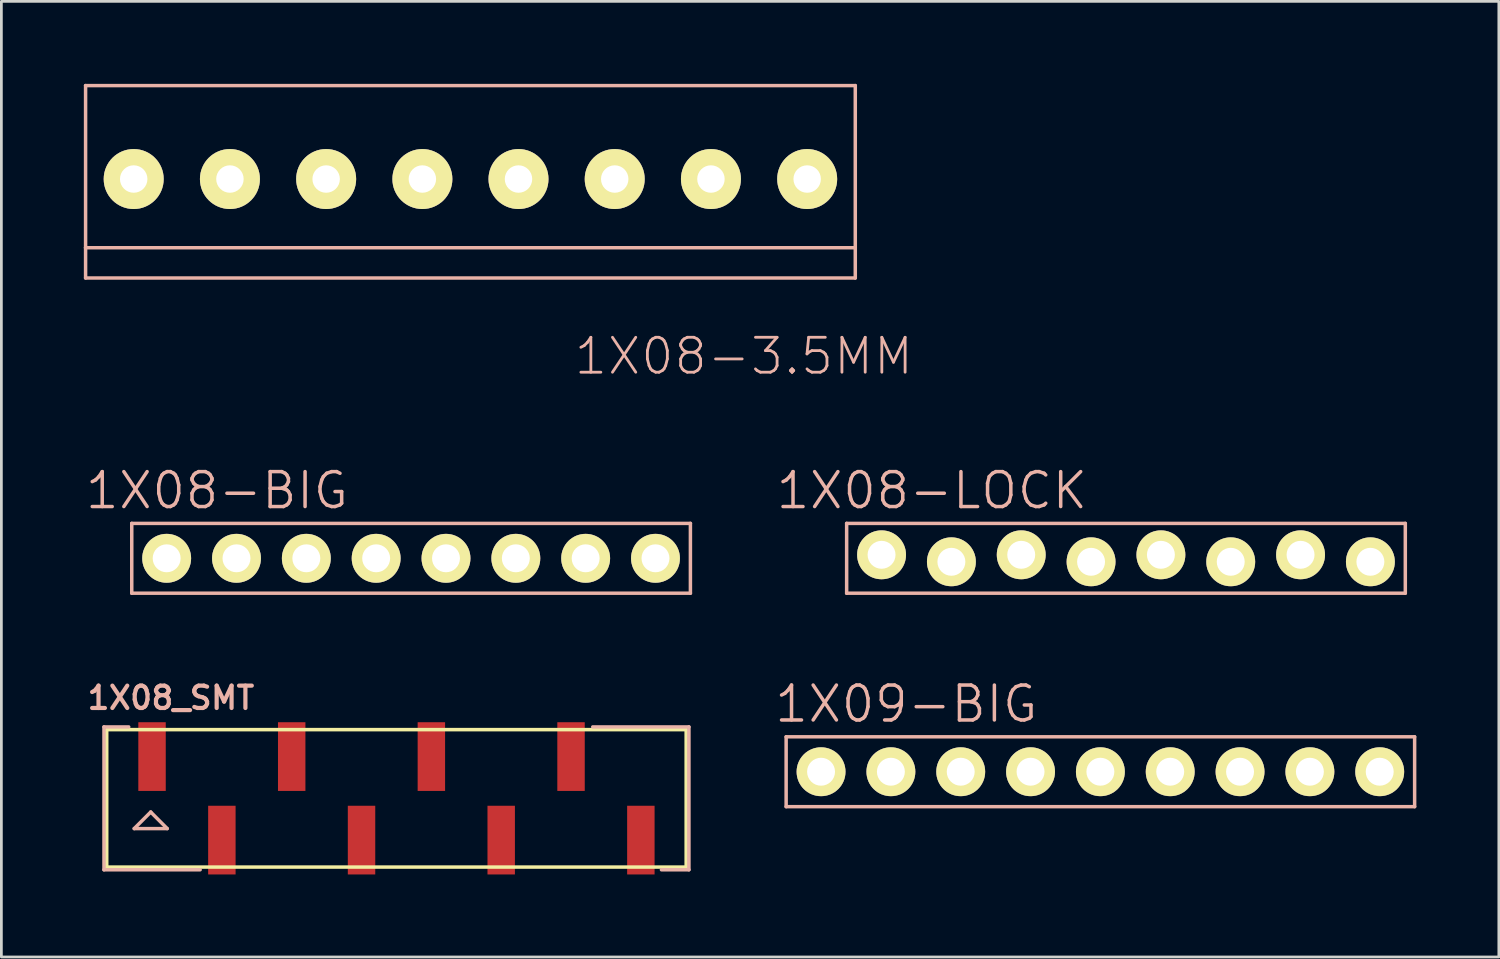
<source format=kicad_pcb>
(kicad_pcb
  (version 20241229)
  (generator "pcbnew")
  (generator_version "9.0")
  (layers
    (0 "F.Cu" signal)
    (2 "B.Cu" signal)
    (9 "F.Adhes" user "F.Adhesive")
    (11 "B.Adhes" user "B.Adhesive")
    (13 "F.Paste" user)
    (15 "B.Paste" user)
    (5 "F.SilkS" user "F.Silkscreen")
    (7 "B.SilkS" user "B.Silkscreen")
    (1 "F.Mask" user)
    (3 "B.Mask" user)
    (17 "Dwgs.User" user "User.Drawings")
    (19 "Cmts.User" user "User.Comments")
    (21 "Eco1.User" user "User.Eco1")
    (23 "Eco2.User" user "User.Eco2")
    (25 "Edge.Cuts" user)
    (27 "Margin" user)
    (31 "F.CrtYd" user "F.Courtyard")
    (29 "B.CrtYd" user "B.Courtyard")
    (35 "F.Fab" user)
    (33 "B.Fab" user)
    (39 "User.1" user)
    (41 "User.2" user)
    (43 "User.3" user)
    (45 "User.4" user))
  (footprint "1X08-BIG"
    (layer "F.Cu")
    (at 11.902 17.257)
    (property "Reference" "1X08-BIG" (at -7.061 -2.464 0) (layer "B.SilkS") (effects (font (size 1.27 1.27) (thickness 0.127))))
    (attr exclude_from_pos_files exclude_from_bom)
    (fp_line (start -9.144 -0.254) (end -8.636 -0.254) (stroke (width 0.066) (type solid)) (layer "F.SilkS"))
    (fp_line (start -9.144 0.254) (end -9.144 -0.254) (stroke (width 0.066) (type solid)) (layer "F.SilkS"))
    (fp_line (start -9.144 0.254) (end -8.636 0.254) (stroke (width 0.066) (type solid)) (layer "F.SilkS"))
    (fp_line (start -8.636 0.254) (end -8.636 -0.254) (stroke (width 0.066) (type solid)) (layer "F.SilkS"))
    (fp_line (start -6.604 -0.254) (end -6.096 -0.254) (stroke (width 0.066) (type solid)) (layer "F.SilkS"))
    (fp_line (start -6.604 0.254) (end -6.604 -0.254) (stroke (width 0.066) (type solid)) (layer "F.SilkS"))
    (fp_line (start -6.604 0.254) (end -6.096 0.254) (stroke (width 0.066) (type solid)) (layer "F.SilkS"))
    (fp_line (start -6.096 0.254) (end -6.096 -0.254) (stroke (width 0.066) (type solid)) (layer "F.SilkS"))
    (fp_line (start -4.064 -0.254) (end -3.556 -0.254) (stroke (width 0.066) (type solid)) (layer "F.SilkS"))
    (fp_line (start -4.064 0.254) (end -4.064 -0.254) (stroke (width 0.066) (type solid)) (layer "F.SilkS"))
    (fp_line (start -4.064 0.254) (end -3.556 0.254) (stroke (width 0.066) (type solid)) (layer "F.SilkS"))
    (fp_line (start -3.556 0.254) (end -3.556 -0.254) (stroke (width 0.066) (type solid)) (layer "F.SilkS"))
    (fp_line (start -1.524 -0.254) (end -1.016 -0.254) (stroke (width 0.066) (type solid)) (layer "F.SilkS"))
    (fp_line (start -1.524 0.254) (end -1.524 -0.254) (stroke (width 0.066) (type solid)) (layer "F.SilkS"))
    (fp_line (start -1.524 0.254) (end -1.016 0.254) (stroke (width 0.066) (type solid)) (layer "F.SilkS"))
    (fp_line (start -1.016 0.254) (end -1.016 -0.254) (stroke (width 0.066) (type solid)) (layer "F.SilkS"))
    (fp_line (start 1.016 -0.254) (end 1.524 -0.254) (stroke (width 0.066) (type solid)) (layer "F.SilkS"))
    (fp_line (start 1.016 0.254) (end 1.016 -0.254) (stroke (width 0.066) (type solid)) (layer "F.SilkS"))
    (fp_line (start 1.016 0.254) (end 1.524 0.254) (stroke (width 0.066) (type solid)) (layer "F.SilkS"))
    (fp_line (start 1.524 0.254) (end 1.524 -0.254) (stroke (width 0.066) (type solid)) (layer "F.SilkS"))
    (fp_line (start 3.556 -0.254) (end 4.064 -0.254) (stroke (width 0.066) (type solid)) (layer "F.SilkS"))
    (fp_line (start 3.556 0.254) (end 3.556 -0.254) (stroke (width 0.066) (type solid)) (layer "F.SilkS"))
    (fp_line (start 3.556 0.254) (end 4.064 0.254) (stroke (width 0.066) (type solid)) (layer "F.SilkS"))
    (fp_line (start 4.064 0.254) (end 4.064 -0.254) (stroke (width 0.066) (type solid)) (layer "F.SilkS"))
    (fp_line (start 6.096 -0.254) (end 6.604 -0.254) (stroke (width 0.066) (type solid)) (layer "F.SilkS"))
    (fp_line (start 6.096 0.254) (end 6.096 -0.254) (stroke (width 0.066) (type solid)) (layer "F.SilkS"))
    (fp_line (start 6.096 0.254) (end 6.604 0.254) (stroke (width 0.066) (type solid)) (layer "F.SilkS"))
    (fp_line (start 6.604 0.254) (end 6.604 -0.254) (stroke (width 0.066) (type solid)) (layer "F.SilkS"))
    (fp_line (start 8.636 -0.254) (end 9.144 -0.254) (stroke (width 0.066) (type solid)) (layer "F.SilkS"))
    (fp_line (start 8.636 0.254) (end 8.636 -0.254) (stroke (width 0.066) (type solid)) (layer "F.SilkS"))
    (fp_line (start 8.636 0.254) (end 9.144 0.254) (stroke (width 0.066) (type solid)) (layer "F.SilkS"))
    (fp_line (start 9.144 0.254) (end 9.144 -0.254) (stroke (width 0.066) (type solid)) (layer "F.SilkS"))
    (fp_line (start -10.16 -1.27) (end 10.16 -1.27) (stroke (width 0.127) (type solid)) (layer "B.SilkS"))
    (fp_line (start -10.16 1.27) (end -10.16 -1.27) (stroke (width 0.127) (type solid)) (layer "B.SilkS"))
    (fp_line (start 10.16 -1.27) (end 10.16 1.27) (stroke (width 0.127) (type solid)) (layer "B.SilkS"))
    (fp_line (start 10.16 1.27) (end -10.16 1.27) (stroke (width 0.127) (type solid)) (layer "B.SilkS"))
    (pad "1" thru_hole circle (at -8.89 0) (size 1.778 1.778) (drill 1.016) (layers "*.Cu" "F.Mask" "F.SilkS" "F.Paste"))
    (pad "2" thru_hole circle (at -6.35 0) (size 1.778 1.778) (drill 1.016) (layers "*.Cu" "F.Mask" "F.SilkS" "F.Paste"))
    (pad "3" thru_hole circle (at -3.81 0) (size 1.778 1.778) (drill 1.016) (layers "*.Cu" "F.Mask" "F.SilkS" "F.Paste"))
    (pad "4" thru_hole circle (at -1.27 0) (size 1.778 1.778) (drill 1.016) (layers "*.Cu" "F.Mask" "F.SilkS" "F.Paste"))
    (pad "5" thru_hole circle (at 1.27 0) (size 1.778 1.778) (drill 1.016) (layers "*.Cu" "F.Mask" "F.SilkS" "F.Paste"))
    (pad "6" thru_hole circle (at 3.81 0) (size 1.778 1.778) (drill 1.016) (layers "*.Cu" "F.Mask" "F.SilkS" "F.Paste"))
    (pad "7" thru_hole circle (at 6.35 0) (size 1.778 1.778) (drill 1.016) (layers "*.Cu" "F.Mask" "F.SilkS" "F.Paste"))
    (pad "8" thru_hole circle (at 8.89 0) (size 1.778 1.778) (drill 1.016) (layers "*.Cu" "F.Mask" "F.SilkS" "F.Paste")))
  (footprint "1X08-LOCK"
    (layer "F.Cu")
    (at 37.905 17.257)
    (property "Reference" "1X08-LOCK" (at -7.061 -2.464 0) (layer "B.SilkS") (effects (font (size 1.27 1.27) (thickness 0.127))))
    (attr exclude_from_pos_files exclude_from_bom)
    (fp_line (start -9.144 -0.254) (end -8.636 -0.254) (stroke (width 0.066) (type solid)) (layer "F.SilkS"))
    (fp_line (start -9.144 0.254) (end -9.144 -0.254) (stroke (width 0.066) (type solid)) (layer "F.SilkS"))
    (fp_line (start -9.144 0.254) (end -8.636 0.254) (stroke (width 0.066) (type solid)) (layer "F.SilkS"))
    (fp_line (start -8.636 0.254) (end -8.636 -0.254) (stroke (width 0.066) (type solid)) (layer "F.SilkS"))
    (fp_line (start -6.604 -0.254) (end -6.096 -0.254) (stroke (width 0.066) (type solid)) (layer "F.SilkS"))
    (fp_line (start -6.604 0.254) (end -6.604 -0.254) (stroke (width 0.066) (type solid)) (layer "F.SilkS"))
    (fp_line (start -6.604 0.254) (end -6.096 0.254) (stroke (width 0.066) (type solid)) (layer "F.SilkS"))
    (fp_line (start -6.096 0.254) (end -6.096 -0.254) (stroke (width 0.066) (type solid)) (layer "F.SilkS"))
    (fp_line (start -4.064 -0.254) (end -3.556 -0.254) (stroke (width 0.066) (type solid)) (layer "F.SilkS"))
    (fp_line (start -4.064 0.254) (end -4.064 -0.254) (stroke (width 0.066) (type solid)) (layer "F.SilkS"))
    (fp_line (start -4.064 0.254) (end -3.556 0.254) (stroke (width 0.066) (type solid)) (layer "F.SilkS"))
    (fp_line (start -3.556 0.254) (end -3.556 -0.254) (stroke (width 0.066) (type solid)) (layer "F.SilkS"))
    (fp_line (start -1.524 -0.254) (end -1.016 -0.254) (stroke (width 0.066) (type solid)) (layer "F.SilkS"))
    (fp_line (start -1.524 0.254) (end -1.524 -0.254) (stroke (width 0.066) (type solid)) (layer "F.SilkS"))
    (fp_line (start -1.524 0.254) (end -1.016 0.254) (stroke (width 0.066) (type solid)) (layer "F.SilkS"))
    (fp_line (start -1.016 0.254) (end -1.016 -0.254) (stroke (width 0.066) (type solid)) (layer "F.SilkS"))
    (fp_line (start 1.016 -0.254) (end 1.524 -0.254) (stroke (width 0.066) (type solid)) (layer "F.SilkS"))
    (fp_line (start 1.016 0.254) (end 1.016 -0.254) (stroke (width 0.066) (type solid)) (layer "F.SilkS"))
    (fp_line (start 1.016 0.254) (end 1.524 0.254) (stroke (width 0.066) (type solid)) (layer "F.SilkS"))
    (fp_line (start 1.524 0.254) (end 1.524 -0.254) (stroke (width 0.066) (type solid)) (layer "F.SilkS"))
    (fp_line (start 3.556 -0.254) (end 4.064 -0.254) (stroke (width 0.066) (type solid)) (layer "F.SilkS"))
    (fp_line (start 3.556 0.254) (end 3.556 -0.254) (stroke (width 0.066) (type solid)) (layer "F.SilkS"))
    (fp_line (start 3.556 0.254) (end 4.064 0.254) (stroke (width 0.066) (type solid)) (layer "F.SilkS"))
    (fp_line (start 4.064 0.254) (end 4.064 -0.254) (stroke (width 0.066) (type solid)) (layer "F.SilkS"))
    (fp_line (start 6.096 -0.254) (end 6.604 -0.254) (stroke (width 0.066) (type solid)) (layer "F.SilkS"))
    (fp_line (start 6.096 0.254) (end 6.096 -0.254) (stroke (width 0.066) (type solid)) (layer "F.SilkS"))
    (fp_line (start 6.096 0.254) (end 6.604 0.254) (stroke (width 0.066) (type solid)) (layer "F.SilkS"))
    (fp_line (start 6.604 0.254) (end 6.604 -0.254) (stroke (width 0.066) (type solid)) (layer "F.SilkS"))
    (fp_line (start 8.636 -0.254) (end 9.144 -0.254) (stroke (width 0.066) (type solid)) (layer "F.SilkS"))
    (fp_line (start 8.636 0.254) (end 8.636 -0.254) (stroke (width 0.066) (type solid)) (layer "F.SilkS"))
    (fp_line (start 8.636 0.254) (end 9.144 0.254) (stroke (width 0.066) (type solid)) (layer "F.SilkS"))
    (fp_line (start 9.144 0.254) (end 9.144 -0.254) (stroke (width 0.066) (type solid)) (layer "F.SilkS"))
    (fp_line (start -10.16 -1.27) (end 10.16 -1.27) (stroke (width 0.127) (type solid)) (layer "B.SilkS"))
    (fp_line (start -10.16 1.27) (end -10.16 -1.27) (stroke (width 0.127) (type solid)) (layer "B.SilkS"))
    (fp_line (start 10.16 -1.27) (end 10.16 1.27) (stroke (width 0.127) (type solid)) (layer "B.SilkS"))
    (fp_line (start 10.16 1.27) (end -10.16 1.27) (stroke (width 0.127) (type solid)) (layer "B.SilkS"))
    (pad "1" thru_hole circle (at -8.89 -0.127) (size 1.778 1.778) (drill 1.016) (layers "*.Cu" "F.Mask" "F.SilkS" "F.Paste"))
    (pad "2" thru_hole circle (at -6.35 0.127) (size 1.778 1.778) (drill 1.016) (layers "*.Cu" "F.Mask" "F.SilkS" "F.Paste"))
    (pad "3" thru_hole circle (at -3.81 -0.127) (size 1.778 1.778) (drill 1.016) (layers "*.Cu" "F.Mask" "F.SilkS" "F.Paste"))
    (pad "4" thru_hole circle (at -1.27 0.127) (size 1.778 1.778) (drill 1.016) (layers "*.Cu" "F.Mask" "F.SilkS" "F.Paste"))
    (pad "5" thru_hole circle (at 1.27 -0.127) (size 1.778 1.778) (drill 1.016) (layers "*.Cu" "F.Mask" "F.SilkS" "F.Paste"))
    (pad "6" thru_hole circle (at 3.81 0.127) (size 1.778 1.778) (drill 1.016) (layers "*.Cu" "F.Mask" "F.SilkS" "F.Paste"))
    (pad "7" thru_hole circle (at 6.35 -0.127) (size 1.778 1.778) (drill 1.016) (layers "*.Cu" "F.Mask" "F.SilkS" "F.Paste"))
    (pad "8" thru_hole circle (at 8.89 0.127) (size 1.778 1.778) (drill 1.016) (layers "*.Cu" "F.Mask" "F.SilkS" "F.Paste")))
  (footprint "1X08_SMT"
    (layer "F.Cu")
    (at 11.37 25.988)
    (property "Reference" "1X08_SMT" (at -8.204 -3.655 0) (layer "B.SilkS") (effects (font (size 0.813 0.813) (thickness 0.152))))
    (attr smd)
    (fp_line (start -10.538 -2.499) (end 10.538 -2.499) (stroke (width 0.127) (type solid)) (layer "F.SilkS"))
    (fp_line (start -10.538 2.499) (end -10.538 -2.499) (stroke (width 0.127) (type solid)) (layer "F.SilkS"))
    (fp_line (start 10.538 -2.499) (end 10.538 2.499) (stroke (width 0.127) (type solid)) (layer "F.SilkS"))
    (fp_line (start 10.538 2.499) (end -10.538 2.499) (stroke (width 0.127) (type solid)) (layer "F.SilkS"))
    (fp_line (start -10.638 -2.598) (end -10.638 2.598) (stroke (width 0.127) (type solid)) (layer "B.SilkS"))
    (fp_line (start -10.638 2.598) (end -7.14 2.598) (stroke (width 0.127) (type solid)) (layer "B.SilkS"))
    (fp_line (start -9.738 -2.598) (end -10.638 -2.598) (stroke (width 0.127) (type solid)) (layer "B.SilkS"))
    (fp_line (start -9.538 1.1) (end -8.339 1.1) (stroke (width 0.127) (type solid)) (layer "B.SilkS"))
    (fp_line (start -8.938 0.498) (end -9.538 1.1) (stroke (width 0.127) (type solid)) (layer "B.SilkS"))
    (fp_line (start -8.339 1.1) (end -8.938 0.498) (stroke (width 0.127) (type solid)) (layer "B.SilkS"))
    (fp_line (start 7.14 -2.598) (end 10.638 -2.598) (stroke (width 0.127) (type solid)) (layer "B.SilkS"))
    (fp_line (start 10.638 -2.598) (end 10.638 2.598) (stroke (width 0.127) (type solid)) (layer "B.SilkS"))
    (fp_line (start 10.638 2.598) (end 9.639 2.598) (stroke (width 0.127) (type solid)) (layer "B.SilkS"))
    (pad "1" smd rect (at -8.89 -1.519) (size 0.998 2.499) (layers "F.Cu" "F.Mask" "F.Paste"))
    (pad "2" smd rect (at -6.35 1.519) (size 0.998 2.499) (layers "F.Cu" "F.Mask" "F.Paste"))
    (pad "3" smd rect (at -3.81 -1.519) (size 0.998 2.499) (layers "F.Cu" "F.Mask" "F.Paste"))
    (pad "4" smd rect (at -1.27 1.519) (size 0.998 2.499) (layers "F.Cu" "F.Mask" "F.Paste"))
    (pad "5" smd rect (at 1.27 -1.519) (size 0.998 2.499) (layers "F.Cu" "F.Mask" "F.Paste"))
    (pad "6" smd rect (at 3.81 1.519) (size 0.998 2.499) (layers "F.Cu" "F.Mask" "F.Paste"))
    (pad "7" smd rect (at 6.35 -1.519) (size 0.998 2.499) (layers "F.Cu" "F.Mask" "F.Paste"))
    (pad "8" smd rect (at 8.89 1.519) (size 0.998 2.499) (layers "F.Cu" "F.Mask" "F.Paste")))
  (footprint "1X08-3.5MM"
    (layer "F.Cu")
    (at 14.061 3.462)
    (property "Reference" "1X08-3.5MM" (at 9.944 6.444 180) (layer "B.SilkS") (effects (font (size 1.27 1.27) (thickness 0.102))))
    (attr exclude_from_pos_files exclude_from_bom)
    (fp_line (start -13.998 -3.399) (end -13.998 2.499) (stroke (width 0.127) (type solid)) (layer "B.SilkS"))
    (fp_line (start -13.998 2.499) (end -13.998 3.599) (stroke (width 0.127) (type solid)) (layer "B.SilkS"))
    (fp_line (start -13.998 2.499) (end 13.998 2.499) (stroke (width 0.127) (type solid)) (layer "B.SilkS"))
    (fp_line (start -13.998 3.599) (end 13.998 3.599) (stroke (width 0.127) (type solid)) (layer "B.SilkS"))
    (fp_line (start 13.998 -3.399) (end -13.998 -3.399) (stroke (width 0.127) (type solid)) (layer "B.SilkS"))
    (fp_line (start 13.998 2.499) (end 13.998 -3.399) (stroke (width 0.127) (type solid)) (layer "B.SilkS"))
    (fp_line (start 13.998 3.599) (end 13.998 2.499) (stroke (width 0.127) (type solid)) (layer "B.SilkS"))
    (pad "1" thru_hole circle (at -12.248 0) (size 2.182 2.182) (drill 0.998) (layers "*.Cu" "F.Mask" "F.SilkS" "F.Paste"))
    (pad "2" thru_hole circle (at -8.748 0) (size 2.182 2.182) (drill 0.998) (layers "*.Cu" "F.Mask" "F.SilkS" "F.Paste"))
    (pad "3" thru_hole circle (at -5.248 0) (size 2.182 2.182) (drill 0.998) (layers "*.Cu" "F.Mask" "F.SilkS" "F.Paste"))
    (pad "4" thru_hole circle (at -1.748 0) (size 2.182 2.182) (drill 0.998) (layers "*.Cu" "F.Mask" "F.SilkS" "F.Paste"))
    (pad "5" thru_hole circle (at 1.748 0) (size 2.182 2.182) (drill 0.998) (layers "*.Cu" "F.Mask" "F.SilkS" "F.Paste"))
    (pad "6" thru_hole circle (at 5.248 0) (size 2.182 2.182) (drill 0.998) (layers "*.Cu" "F.Mask" "F.SilkS" "F.Paste"))
    (pad "7" thru_hole circle (at 8.748 0) (size 2.182 2.182) (drill 0.998) (layers "*.Cu" "F.Mask" "F.SilkS" "F.Paste"))
    (pad "8" thru_hole circle (at 12.248 0) (size 2.182 2.182) (drill 0.998) (layers "*.Cu" "F.Mask" "F.SilkS" "F.Paste")))
  (footprint "1X09-BIG"
    (layer "F.Cu")
    (at 36.974 25.02)
    (property "Reference" "1X09-BIG" (at -7.061 -2.464 0) (layer "B.SilkS") (effects (font (size 1.27 1.27) (thickness 0.127))))
    (attr exclude_from_pos_files exclude_from_bom)
    (fp_line (start -10.414 -0.254) (end -9.906 -0.254) (stroke (width 0.066) (type solid)) (layer "F.SilkS"))
    (fp_line (start -10.414 0.254) (end -10.414 -0.254) (stroke (width 0.066) (type solid)) (layer "F.SilkS"))
    (fp_line (start -10.414 0.254) (end -9.906 0.254) (stroke (width 0.066) (type solid)) (layer "F.SilkS"))
    (fp_line (start -9.906 0.254) (end -9.906 -0.254) (stroke (width 0.066) (type solid)) (layer "F.SilkS"))
    (fp_line (start -7.874 -0.254) (end -7.366 -0.254) (stroke (width 0.066) (type solid)) (layer "F.SilkS"))
    (fp_line (start -7.874 0.254) (end -7.874 -0.254) (stroke (width 0.066) (type solid)) (layer "F.SilkS"))
    (fp_line (start -7.874 0.254) (end -7.366 0.254) (stroke (width 0.066) (type solid)) (layer "F.SilkS"))
    (fp_line (start -7.366 0.254) (end -7.366 -0.254) (stroke (width 0.066) (type solid)) (layer "F.SilkS"))
    (fp_line (start -5.334 -0.254) (end -4.826 -0.254) (stroke (width 0.066) (type solid)) (layer "F.SilkS"))
    (fp_line (start -5.334 0.254) (end -5.334 -0.254) (stroke (width 0.066) (type solid)) (layer "F.SilkS"))
    (fp_line (start -5.334 0.254) (end -4.826 0.254) (stroke (width 0.066) (type solid)) (layer "F.SilkS"))
    (fp_line (start -4.826 0.254) (end -4.826 -0.254) (stroke (width 0.066) (type solid)) (layer "F.SilkS"))
    (fp_line (start -2.794 -0.254) (end -2.286 -0.254) (stroke (width 0.066) (type solid)) (layer "F.SilkS"))
    (fp_line (start -2.794 0.254) (end -2.794 -0.254) (stroke (width 0.066) (type solid)) (layer "F.SilkS"))
    (fp_line (start -2.794 0.254) (end -2.286 0.254) (stroke (width 0.066) (type solid)) (layer "F.SilkS"))
    (fp_line (start -2.286 0.254) (end -2.286 -0.254) (stroke (width 0.066) (type solid)) (layer "F.SilkS"))
    (fp_line (start -0.254 -0.254) (end 0.254 -0.254) (stroke (width 0.066) (type solid)) (layer "F.SilkS"))
    (fp_line (start -0.254 0.254) (end -0.254 -0.254) (stroke (width 0.066) (type solid)) (layer "F.SilkS"))
    (fp_line (start -0.254 0.254) (end 0.254 0.254) (stroke (width 0.066) (type solid)) (layer "F.SilkS"))
    (fp_line (start 0.254 0.254) (end 0.254 -0.254) (stroke (width 0.066) (type solid)) (layer "F.SilkS"))
    (fp_line (start 2.286 -0.254) (end 2.794 -0.254) (stroke (width 0.066) (type solid)) (layer "F.SilkS"))
    (fp_line (start 2.286 0.254) (end 2.286 -0.254) (stroke (width 0.066) (type solid)) (layer "F.SilkS"))
    (fp_line (start 2.286 0.254) (end 2.794 0.254) (stroke (width 0.066) (type solid)) (layer "F.SilkS"))
    (fp_line (start 2.794 0.254) (end 2.794 -0.254) (stroke (width 0.066) (type solid)) (layer "F.SilkS"))
    (fp_line (start 4.826 -0.254) (end 5.334 -0.254) (stroke (width 0.066) (type solid)) (layer "F.SilkS"))
    (fp_line (start 4.826 0.254) (end 4.826 -0.254) (stroke (width 0.066) (type solid)) (layer "F.SilkS"))
    (fp_line (start 4.826 0.254) (end 5.334 0.254) (stroke (width 0.066) (type solid)) (layer "F.SilkS"))
    (fp_line (start 5.334 0.254) (end 5.334 -0.254) (stroke (width 0.066) (type solid)) (layer "F.SilkS"))
    (fp_line (start 7.366 -0.254) (end 7.874 -0.254) (stroke (width 0.066) (type solid)) (layer "F.SilkS"))
    (fp_line (start 7.366 0.254) (end 7.366 -0.254) (stroke (width 0.066) (type solid)) (layer "F.SilkS"))
    (fp_line (start 7.366 0.254) (end 7.874 0.254) (stroke (width 0.066) (type solid)) (layer "F.SilkS"))
    (fp_line (start 7.874 0.254) (end 7.874 -0.254) (stroke (width 0.066) (type solid)) (layer "F.SilkS"))
    (fp_line (start 9.906 -0.254) (end 10.414 -0.254) (stroke (width 0.066) (type solid)) (layer "F.SilkS"))
    (fp_line (start 9.906 0.254) (end 9.906 -0.254) (stroke (width 0.066) (type solid)) (layer "F.SilkS"))
    (fp_line (start 9.906 0.254) (end 10.414 0.254) (stroke (width 0.066) (type solid)) (layer "F.SilkS"))
    (fp_line (start 10.414 0.254) (end 10.414 -0.254) (stroke (width 0.066) (type solid)) (layer "F.SilkS"))
    (fp_line (start -11.43 -1.27) (end 11.43 -1.27) (stroke (width 0.127) (type solid)) (layer "B.SilkS"))
    (fp_line (start -11.43 1.27) (end -11.43 -1.27) (stroke (width 0.127) (type solid)) (layer "B.SilkS"))
    (fp_line (start 11.43 -1.27) (end 11.43 1.27) (stroke (width 0.127) (type solid)) (layer "B.SilkS"))
    (fp_line (start 11.43 1.27) (end -11.43 1.27) (stroke (width 0.127) (type solid)) (layer "B.SilkS"))
    (pad "1" thru_hole circle (at -10.16 0) (size 1.778 1.778) (drill 1.016) (layers "*.Cu" "F.Mask" "F.SilkS" "F.Paste"))
    (pad "2" thru_hole circle (at -7.62 0) (size 1.778 1.778) (drill 1.016) (layers "*.Cu" "F.Mask" "F.SilkS" "F.Paste"))
    (pad "3" thru_hole circle (at -5.08 0) (size 1.778 1.778) (drill 1.016) (layers "*.Cu" "F.Mask" "F.SilkS" "F.Paste"))
    (pad "4" thru_hole circle (at -2.54 0) (size 1.778 1.778) (drill 1.016) (layers "*.Cu" "F.Mask" "F.SilkS" "F.Paste"))
    (pad "5" thru_hole circle (at 0 0) (size 1.778 1.778) (drill 1.016) (layers "*.Cu" "F.Mask" "F.SilkS" "F.Paste"))
    (pad "6" thru_hole circle (at 2.54 0) (size 1.778 1.778) (drill 1.016) (layers "*.Cu" "F.Mask" "F.SilkS" "F.Paste"))
    (pad "7" thru_hole circle (at 5.08 0) (size 1.778 1.778) (drill 1.016) (layers "*.Cu" "F.Mask" "F.SilkS" "F.Paste"))
    (pad "8" thru_hole circle (at 7.62 0) (size 1.778 1.778) (drill 1.016) (layers "*.Cu" "F.Mask" "F.SilkS" "F.Paste"))
    (pad "9" thru_hole circle (at 10.16 0) (size 1.778 1.778) (drill 1.016) (layers "*.Cu" "F.Mask" "F.SilkS" "F.Paste")))
  (gr_rect
    (start -3 -3)
    (end 51.467 31.757)
    (stroke (width 0.1) (type default))
    (fill no)
    (layer "Edge.Cuts")))
</source>
